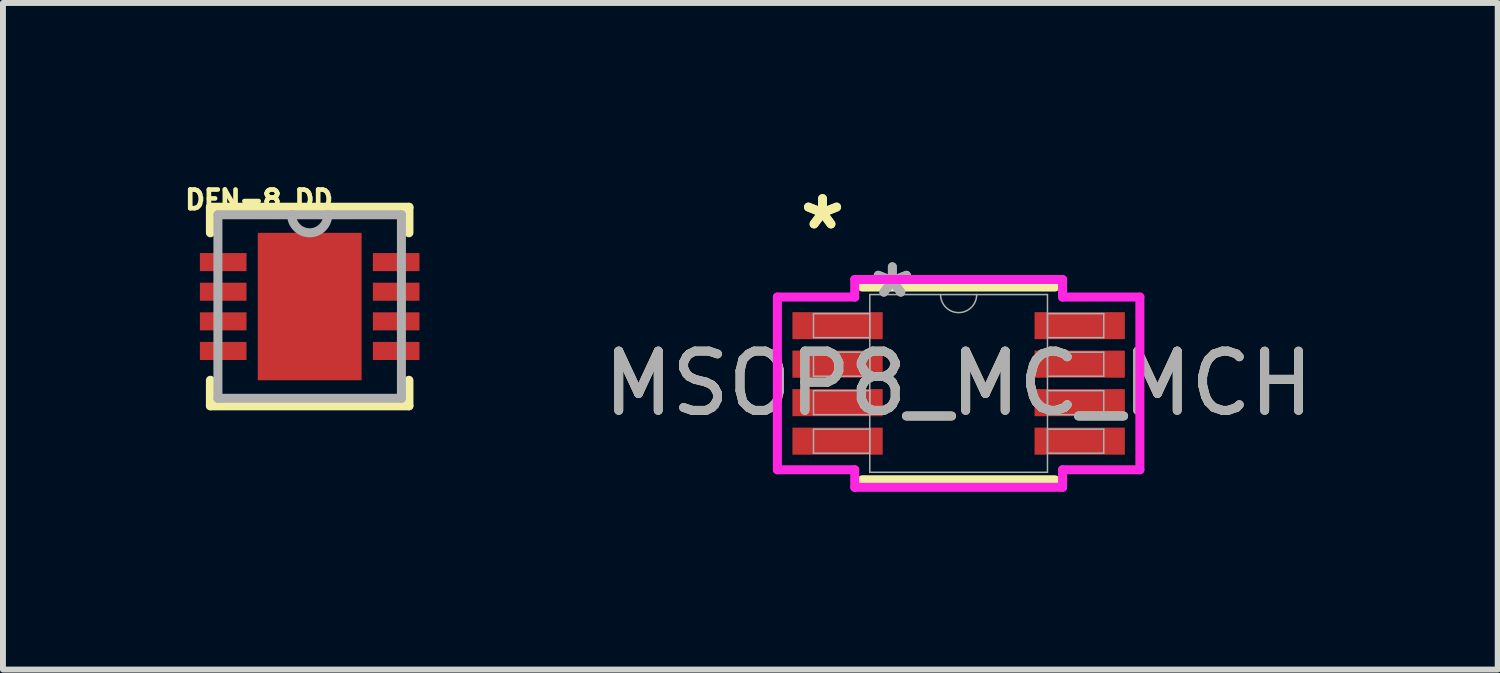
<source format=kicad_pcb>
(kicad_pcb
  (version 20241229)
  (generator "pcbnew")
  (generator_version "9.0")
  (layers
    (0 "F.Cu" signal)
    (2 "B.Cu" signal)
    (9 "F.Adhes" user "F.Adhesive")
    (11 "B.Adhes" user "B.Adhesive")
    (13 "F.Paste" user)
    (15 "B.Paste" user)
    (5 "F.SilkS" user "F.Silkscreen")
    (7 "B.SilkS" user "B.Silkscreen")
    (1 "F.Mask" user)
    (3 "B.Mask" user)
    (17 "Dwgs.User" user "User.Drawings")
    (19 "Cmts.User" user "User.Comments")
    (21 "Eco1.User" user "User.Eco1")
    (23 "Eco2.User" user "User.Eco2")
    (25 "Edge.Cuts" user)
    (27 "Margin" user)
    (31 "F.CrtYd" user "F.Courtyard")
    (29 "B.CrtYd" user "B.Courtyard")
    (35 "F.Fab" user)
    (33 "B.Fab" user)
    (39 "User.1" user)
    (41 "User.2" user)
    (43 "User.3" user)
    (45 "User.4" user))
  (footprint "MSOP8_MC_MCH"
    (layer "F.Cu")
    (at 13.134 3.423)
    (property "Reference" "MSOP8_MC_MCH" (at 0 0 0) (unlocked yes) (layer "F.SilkS") (effects (font (size 1 1) (thickness 0.15))))
    (attr smd)
    (fp_line (start -1.627 1.627) (end 1.627 1.627) (stroke (width 0.152) (type solid)) (layer "F.SilkS"))
    (fp_line (start 1.627 -1.627) (end -1.627 -1.627) (stroke (width 0.152) (type solid)) (layer "F.SilkS"))
    (fp_line (start -3.06 -1.458) (end -1.754 -1.458) (stroke (width 0.152) (type solid)) (layer "F.CrtYd"))
    (fp_line (start -3.06 1.458) (end -3.06 -1.458) (stroke (width 0.152) (type solid)) (layer "F.CrtYd"))
    (fp_line (start -3.06 1.458) (end -1.754 1.458) (stroke (width 0.152) (type solid)) (layer "F.CrtYd"))
    (fp_line (start -1.754 -1.754) (end 1.754 -1.754) (stroke (width 0.152) (type solid)) (layer "F.CrtYd"))
    (fp_line (start -1.754 -1.458) (end -1.754 -1.754) (stroke (width 0.152) (type solid)) (layer "F.CrtYd"))
    (fp_line (start -1.754 1.754) (end -1.754 1.458) (stroke (width 0.152) (type solid)) (layer "F.CrtYd"))
    (fp_line (start 1.754 -1.754) (end 1.754 -1.458) (stroke (width 0.152) (type solid)) (layer "F.CrtYd"))
    (fp_line (start 1.754 1.458) (end 1.754 1.754) (stroke (width 0.152) (type solid)) (layer "F.CrtYd"))
    (fp_line (start 1.754 1.754) (end -1.754 1.754) (stroke (width 0.152) (type solid)) (layer "F.CrtYd"))
    (fp_line (start 3.06 -1.458) (end 1.754 -1.458) (stroke (width 0.152) (type solid)) (layer "F.CrtYd"))
    (fp_line (start 3.06 -1.458) (end 3.06 1.458) (stroke (width 0.152) (type solid)) (layer "F.CrtYd"))
    (fp_line (start 3.06 1.458) (end 1.754 1.458) (stroke (width 0.152) (type solid)) (layer "F.CrtYd"))
    (fp_line (start -2.45 -1.178) (end -2.45 -0.772) (stroke (width 0.025) (type solid)) (layer "F.Fab"))
    (fp_line (start -2.45 -0.772) (end -1.5 -0.772) (stroke (width 0.025) (type solid)) (layer "F.Fab"))
    (fp_line (start -2.45 -0.528) (end -2.45 -0.122) (stroke (width 0.025) (type solid)) (layer "F.Fab"))
    (fp_line (start -2.45 -0.122) (end -1.5 -0.122) (stroke (width 0.025) (type solid)) (layer "F.Fab"))
    (fp_line (start -2.45 0.122) (end -2.45 0.528) (stroke (width 0.025) (type solid)) (layer "F.Fab"))
    (fp_line (start -2.45 0.528) (end -1.5 0.528) (stroke (width 0.025) (type solid)) (layer "F.Fab"))
    (fp_line (start -2.45 0.772) (end -2.45 1.178) (stroke (width 0.025) (type solid)) (layer "F.Fab"))
    (fp_line (start -2.45 1.178) (end -1.5 1.178) (stroke (width 0.025) (type solid)) (layer "F.Fab"))
    (fp_line (start -1.5 -1.5) (end -1.5 1.5) (stroke (width 0.025) (type solid)) (layer "F.Fab"))
    (fp_line (start -1.5 -1.178) (end -2.45 -1.178) (stroke (width 0.025) (type solid)) (layer "F.Fab"))
    (fp_line (start -1.5 -0.772) (end -1.5 -1.178) (stroke (width 0.025) (type solid)) (layer "F.Fab"))
    (fp_line (start -1.5 -0.528) (end -2.45 -0.528) (stroke (width 0.025) (type solid)) (layer "F.Fab"))
    (fp_line (start -1.5 -0.122) (end -1.5 -0.528) (stroke (width 0.025) (type solid)) (layer "F.Fab"))
    (fp_line (start -1.5 0.122) (end -2.45 0.122) (stroke (width 0.025) (type solid)) (layer "F.Fab"))
    (fp_line (start -1.5 0.528) (end -1.5 0.122) (stroke (width 0.025) (type solid)) (layer "F.Fab"))
    (fp_line (start -1.5 0.772) (end -2.45 0.772) (stroke (width 0.025) (type solid)) (layer "F.Fab"))
    (fp_line (start -1.5 1.178) (end -1.5 0.772) (stroke (width 0.025) (type solid)) (layer "F.Fab"))
    (fp_line (start -1.5 1.5) (end 1.5 1.5) (stroke (width 0.025) (type solid)) (layer "F.Fab"))
    (fp_line (start 1.5 -1.5) (end -1.5 -1.5) (stroke (width 0.025) (type solid)) (layer "F.Fab"))
    (fp_line (start 1.5 -1.178) (end 1.5 -0.772) (stroke (width 0.025) (type solid)) (layer "F.Fab"))
    (fp_line (start 1.5 -0.772) (end 2.45 -0.772) (stroke (width 0.025) (type solid)) (layer "F.Fab"))
    (fp_line (start 1.5 -0.528) (end 1.5 -0.122) (stroke (width 0.025) (type solid)) (layer "F.Fab"))
    (fp_line (start 1.5 -0.122) (end 2.45 -0.122) (stroke (width 0.025) (type solid)) (layer "F.Fab"))
    (fp_line (start 1.5 0.122) (end 1.5 0.528) (stroke (width 0.025) (type solid)) (layer "F.Fab"))
    (fp_line (start 1.5 0.528) (end 2.45 0.528) (stroke (width 0.025) (type solid)) (layer "F.Fab"))
    (fp_line (start 1.5 0.772) (end 1.5 1.178) (stroke (width 0.025) (type solid)) (layer "F.Fab"))
    (fp_line (start 1.5 1.178) (end 2.45 1.178) (stroke (width 0.025) (type solid)) (layer "F.Fab"))
    (fp_line (start 1.5 1.5) (end 1.5 -1.5) (stroke (width 0.025) (type solid)) (layer "F.Fab"))
    (fp_line (start 2.45 -1.178) (end 1.5 -1.178) (stroke (width 0.025) (type solid)) (layer "F.Fab"))
    (fp_line (start 2.45 -0.772) (end 2.45 -1.178) (stroke (width 0.025) (type solid)) (layer "F.Fab"))
    (fp_line (start 2.45 -0.528) (end 1.5 -0.528) (stroke (width 0.025) (type solid)) (layer "F.Fab"))
    (fp_line (start 2.45 -0.122) (end 2.45 -0.528) (stroke (width 0.025) (type solid)) (layer "F.Fab"))
    (fp_line (start 2.45 0.122) (end 1.5 0.122) (stroke (width 0.025) (type solid)) (layer "F.Fab"))
    (fp_line (start 2.45 0.528) (end 2.45 0.122) (stroke (width 0.025) (type solid)) (layer "F.Fab"))
    (fp_line (start 2.45 0.772) (end 1.5 0.772) (stroke (width 0.025) (type solid)) (layer "F.Fab"))
    (fp_line (start 2.45 1.178) (end 2.45 0.772) (stroke (width 0.025) (type solid)) (layer "F.Fab"))
    (fp_arc (start 0.3048 -1.5) (mid 0 -1.1952) (end -0.3048 -1.5) (stroke (width 0.0254) (type solid)) (layer "F.Fab"))
    (fp_text user "*" (at -2.298 -2.575 0) (unlocked yes) (layer "F.SilkS") (effects (font (size 1 1) (thickness 0.15))))
    (fp_text user "*" (at -2.298 -2.575 0) (layer "F.SilkS") (effects (font (size 1 1) (thickness 0.15))))
    (fp_text user "*" (at -1.119 -1.424 0) (layer "F.Fab") (effects (font (size 1 1) (thickness 0.15))))
    (fp_text user "*" (at -1.119 -1.424 0) (unlocked yes) (layer "F.Fab") (effects (font (size 1 1) (thickness 0.15))))
    (fp_text user "${REFERENCE}" (at 0 0 0) (unlocked yes) (layer "F.Fab") (effects (font (size 1 1) (thickness 0.15))))
    (pad "1" smd rect (at -2.044 -0.975) (size 1.524 0.457) (layers "F.Cu" "F.Mask" "F.Paste"))
    (pad "2" smd rect (at -2.044 -0.325) (size 1.524 0.457) (layers "F.Cu" "F.Mask" "F.Paste"))
    (pad "3" smd rect (at -2.044 0.325) (size 1.524 0.457) (layers "F.Cu" "F.Mask" "F.Paste"))
    (pad "4" smd rect (at -2.044 0.975) (size 1.524 0.457) (layers "F.Cu" "F.Mask" "F.Paste"))
    (pad "5" smd rect (at 2.044 0.975) (size 1.524 0.457) (layers "F.Cu" "F.Mask" "F.Paste"))
    (pad "6" smd rect (at 2.044 0.325) (size 1.524 0.457) (layers "F.Cu" "F.Mask" "F.Paste"))
    (pad "7" smd rect (at 2.044 -0.325) (size 1.524 0.457) (layers "F.Cu" "F.Mask" "F.Paste"))
    (pad "8" smd rect (at 2.044 -0.975) (size 1.524 0.457) (layers "F.Cu" "F.Mask" "F.Paste")))
  (footprint "DFN-8_DD"
    (layer "F.Cu")
    (at 2.178 2.125)
    (property "Reference" "DFN-8_DD" (at -0.854 -1.802 0) (layer "F.SilkS") (effects (font (size 0.315 0.315) (thickness 0.15))))
    (attr smd)
    (fp_line (start -1.676 -1.676) (end -1.676 -1.245) (stroke (width 0.152) (type solid)) (layer "F.SilkS"))
    (fp_line (start -1.676 1.245) (end -1.676 1.676) (stroke (width 0.152) (type solid)) (layer "F.SilkS"))
    (fp_line (start -1.676 1.676) (end 1.676 1.676) (stroke (width 0.152) (type solid)) (layer "F.SilkS"))
    (fp_line (start 1.676 -1.676) (end -1.676 -1.676) (stroke (width 0.152) (type solid)) (layer "F.SilkS"))
    (fp_line (start 1.676 -1.245) (end 1.676 -1.676) (stroke (width 0.152) (type solid)) (layer "F.SilkS"))
    (fp_line (start 1.676 1.676) (end 1.676 1.245) (stroke (width 0.152) (type solid)) (layer "F.SilkS"))
    (fp_poly (pts (xy -0.876 -1.245) (xy -0.876 1.245) (xy 0.876 1.245) (xy 0.876 -1.245)) (stroke (width 0.025) (type solid)) (fill yes) (layer "F.Paste"))
    (fp_line (start -1.549 -1.549) (end -1.549 1.549) (stroke (width 0.152) (type solid)) (layer "F.Fab"))
    (fp_line (start -1.549 1.549) (end 1.549 1.549) (stroke (width 0.152) (type solid)) (layer "F.Fab"))
    (fp_line (start -0.305 -1.549) (end -1.549 -1.549) (stroke (width 0.152) (type solid)) (layer "F.Fab"))
    (fp_line (start 0.305 -1.549) (end -0.305 -1.549) (stroke (width 0.152) (type solid)) (layer "F.Fab"))
    (fp_line (start 1.549 -1.549) (end 0.305 -1.549) (stroke (width 0.152) (type solid)) (layer "F.Fab"))
    (fp_line (start 1.549 1.549) (end 1.549 -1.549) (stroke (width 0.152) (type solid)) (layer "F.Fab"))
    (fp_arc (start 0.3048 -1.5494) (mid 0 -1.2446) (end -0.3048 -1.5494) (stroke (width 0.1524) (type solid)) (layer "F.Fab"))
    (pad "1" smd rect (at -1.46 -0.75) (size 0.787 0.305) (layers "F.Cu" "F.Mask" "F.Paste"))
    (pad "2" smd rect (at -1.46 -0.25) (size 0.787 0.305) (layers "F.Cu" "F.Mask" "F.Paste"))
    (pad "3" smd rect (at -1.46 0.25) (size 0.787 0.305) (layers "F.Cu" "F.Mask" "F.Paste"))
    (pad "4" smd rect (at -1.46 0.75) (size 0.787 0.305) (layers "F.Cu" "F.Mask" "F.Paste"))
    (pad "5" smd rect (at 1.46 0.75) (size 0.787 0.305) (layers "F.Cu" "F.Mask" "F.Paste"))
    (pad "6" smd rect (at 1.46 0.25) (size 0.787 0.305) (layers "F.Cu" "F.Mask" "F.Paste"))
    (pad "7" smd rect (at 1.46 -0.25) (size 0.787 0.305) (layers "F.Cu" "F.Mask" "F.Paste"))
    (pad "8" smd rect (at 1.46 -0.75) (size 0.787 0.305) (layers "F.Cu" "F.Mask" "F.Paste"))
    (pad "9" smd rect (at 0 0) (size 1.753 2.489) (layers "F.Cu" "F.Mask")))
  (gr_rect
    (start -3 -3)
    (end 22.235 8.254)
    (stroke (width 0.1) (type default))
    (fill no)
    (layer "Edge.Cuts")))
</source>
